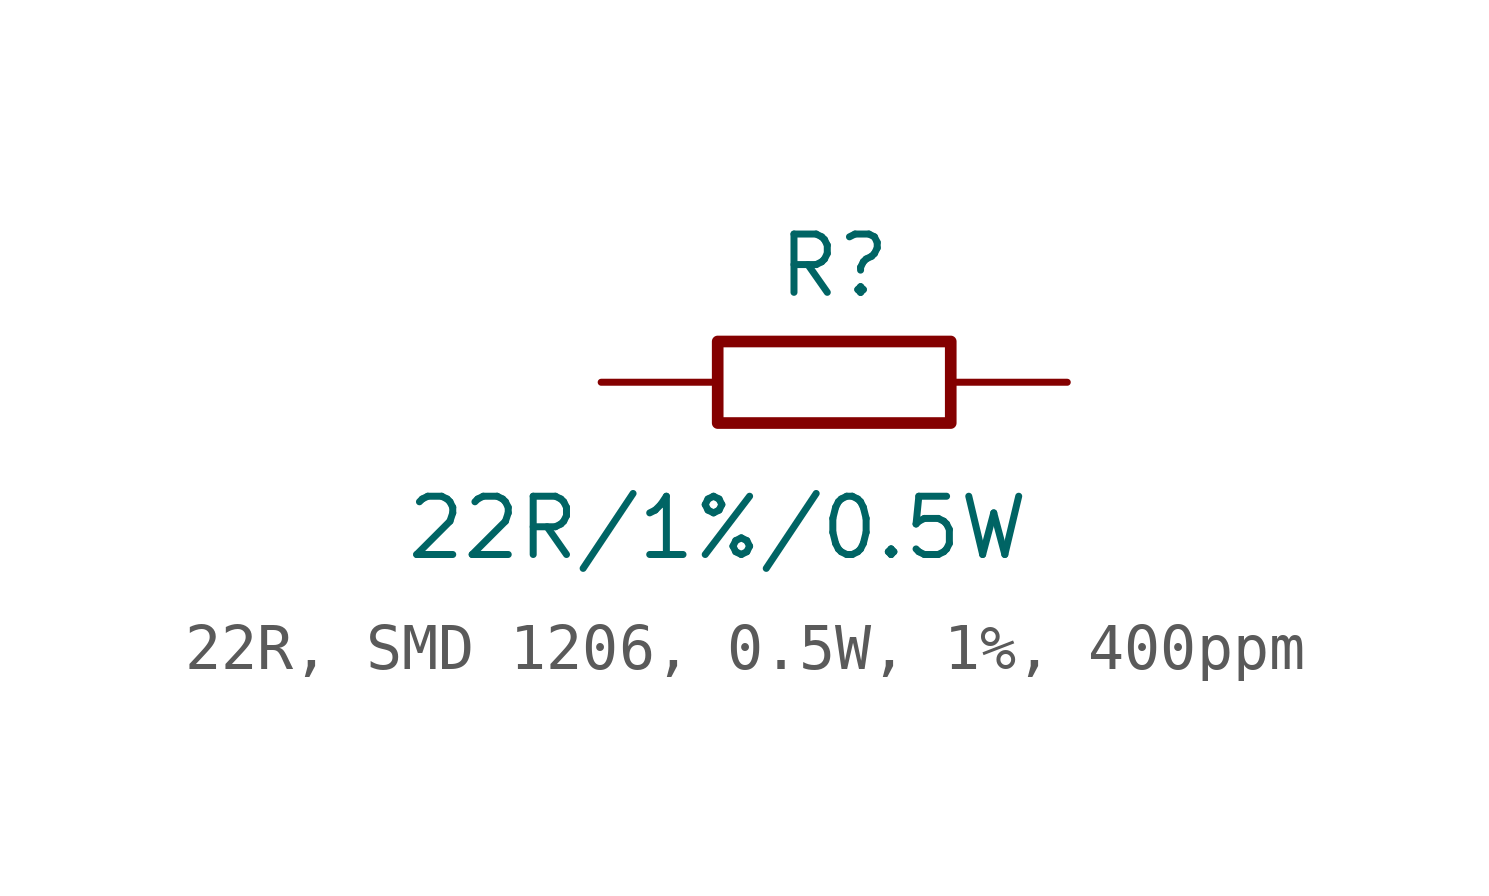
<source format=kicad_sym>
(kicad_symbol_lib
  (version 20241209)
  (generator "kicad_symbol_editor")
  (generator_version "9.0")
  (symbol "22R, SMD 1206, 0.5W, 1%, 400ppm"
    (pin_numbers
      (hide yes))
    (pin_names
      (offset 0)
      (hide yes))
    (property "Reference" "R"
      (at 0 2.54 0)
      (effects (font (size 1.27 1.27))))
    (property "Value" "22R/1%/0.5W"
      (at -2.54 -3.175 0)
      (effects (font (size 1.27 1.27))))
    (symbol "22R, SMD 1206, 0.5W, 1%, 400ppm_0_1"
      (rectangle (start -2.54 0.889) (end 2.54 -0.889) (stroke (width 0.254) (type default)) (fill (type none))))
    (symbol "22R, SMD 1206, 0.5W, 1%, 400ppm_1_1"
      (pin passive line (at -5.08 0 0) (length 2.54) (name "1" (effects (font (size 1.27 1.27)))) (number "1" (effects (font (size 1.27 1.27)))))
      (pin passive line (at 5.08 0 180) (length 2.54) (name "2" (effects (font (size 1.27 1.27)))) (number "2" (effects (font (size 1.27 1.27))))))))
</source>
